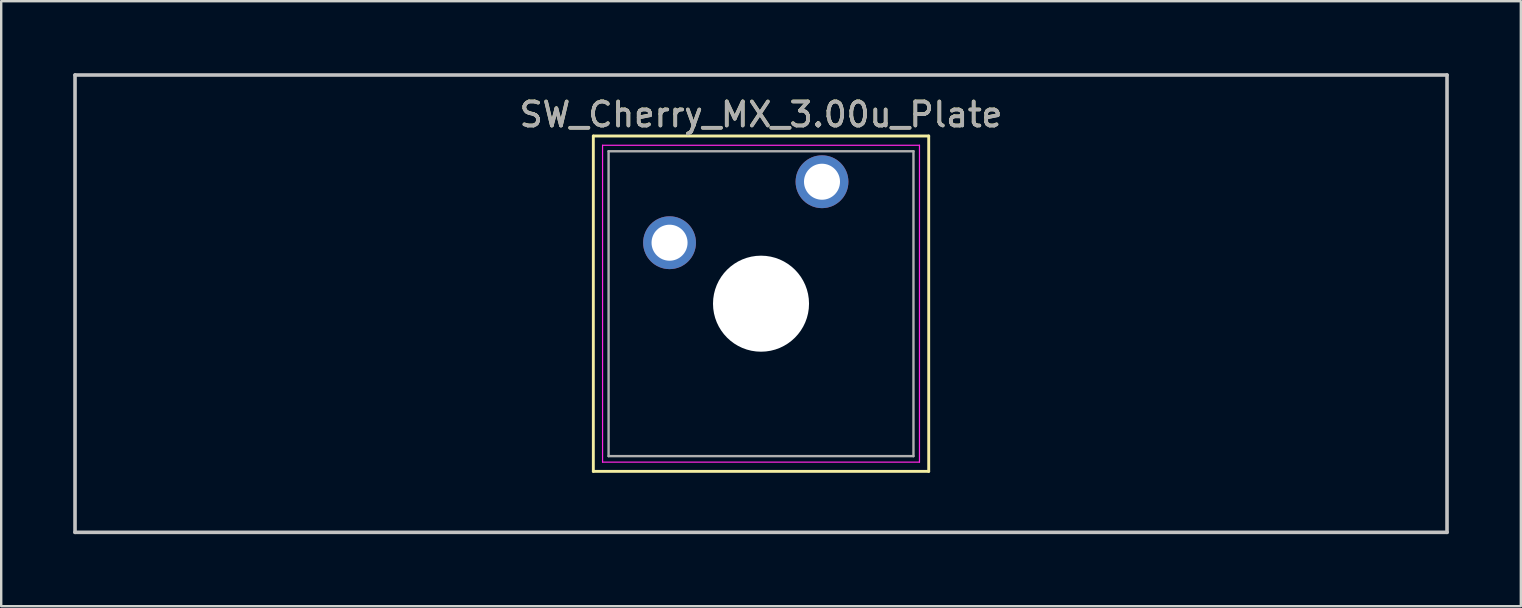
<source format=kicad_pcb>
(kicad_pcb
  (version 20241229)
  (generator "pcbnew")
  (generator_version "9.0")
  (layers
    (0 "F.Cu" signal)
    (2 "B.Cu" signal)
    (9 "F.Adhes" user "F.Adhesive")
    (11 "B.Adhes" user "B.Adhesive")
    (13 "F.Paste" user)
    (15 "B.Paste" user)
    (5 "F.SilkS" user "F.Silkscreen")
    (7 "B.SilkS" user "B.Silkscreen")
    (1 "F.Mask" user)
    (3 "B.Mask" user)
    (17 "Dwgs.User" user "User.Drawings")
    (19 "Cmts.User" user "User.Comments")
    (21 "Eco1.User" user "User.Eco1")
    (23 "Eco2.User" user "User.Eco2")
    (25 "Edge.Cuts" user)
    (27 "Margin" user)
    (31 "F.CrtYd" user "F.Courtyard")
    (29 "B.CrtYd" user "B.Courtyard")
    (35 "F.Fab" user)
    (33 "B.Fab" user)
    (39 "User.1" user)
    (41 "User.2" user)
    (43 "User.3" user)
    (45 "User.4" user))
  (footprint "SW_Cherry_MX_3.00u_Plate"
    (layer "F.Cu")
    (at 31.19 4.49)
    (property "Reference" "SW_Cherry_MX_3.00u_Plate" (at -2.54 -2.77 0) (layer "F.SilkS") (effects (font (size 1 1) (thickness 0.15))))
    (attr through_hole)
    (fp_line (start -9.525 -1.875) (end 4.445 -1.875) (stroke (width 0.12) (type solid)) (layer "F.SilkS"))
    (fp_line (start -9.525 12.095) (end -9.525 -1.875) (stroke (width 0.12) (type solid)) (layer "F.SilkS"))
    (fp_line (start 4.445 -1.875) (end 4.445 12.095) (stroke (width 0.12) (type solid)) (layer "F.SilkS"))
    (fp_line (start 4.445 12.095) (end -9.525 12.095) (stroke (width 0.12) (type solid)) (layer "F.SilkS"))
    (fp_line (start -31.115 -4.415) (end 26.035 -4.415) (stroke (width 0.15) (type solid)) (layer "Dwgs.User"))
    (fp_line (start -31.115 14.635) (end -31.115 -4.415) (stroke (width 0.15) (type solid)) (layer "Dwgs.User"))
    (fp_line (start 26.035 -4.415) (end 26.035 14.635) (stroke (width 0.15) (type solid)) (layer "Dwgs.User"))
    (fp_line (start 26.035 14.635) (end -31.115 14.635) (stroke (width 0.15) (type solid)) (layer "Dwgs.User"))
    (fp_line (start -9.14 -1.49) (end 4.06 -1.49) (stroke (width 0.05) (type solid)) (layer "F.CrtYd"))
    (fp_line (start -9.14 11.71) (end -9.14 -1.49) (stroke (width 0.05) (type solid)) (layer "F.CrtYd"))
    (fp_line (start 4.06 -1.49) (end 4.06 11.71) (stroke (width 0.05) (type solid)) (layer "F.CrtYd"))
    (fp_line (start 4.06 11.71) (end -9.14 11.71) (stroke (width 0.05) (type solid)) (layer "F.CrtYd"))
    (fp_line (start -8.89 -1.24) (end 3.81 -1.24) (stroke (width 0.1) (type solid)) (layer "F.Fab"))
    (fp_line (start -8.89 11.46) (end -8.89 -1.24) (stroke (width 0.1) (type solid)) (layer "F.Fab"))
    (fp_line (start 3.81 -1.24) (end 3.81 11.46) (stroke (width 0.1) (type solid)) (layer "F.Fab"))
    (fp_line (start 3.81 11.46) (end -8.89 11.46) (stroke (width 0.1) (type solid)) (layer "F.Fab"))
    (fp_text user "${REFERENCE}" (at -2.54 -2.764 0) (layer "F.Fab") (effects (font (size 1 1) (thickness 0.15))))
    (pad "" np_thru_hole circle (at -2.54 5.11) (size 4 4) (drill 4) (layers "*.Cu" "*.Mask"))
    (pad "1" thru_hole circle (at 0 0.03) (size 2.2 2.2) (drill 1.5) (layers "*.Cu" "*.Mask"))
    (pad "2" thru_hole circle (at -6.35 2.57) (size 2.2 2.2) (drill 1.5) (layers "*.Cu" "*.Mask")))
  (gr_rect
    (start -3 -3)
    (end 60.3 22.2)
    (stroke (width 0.1) (type default))
    (fill no)
    (layer "Edge.Cuts")))
</source>
